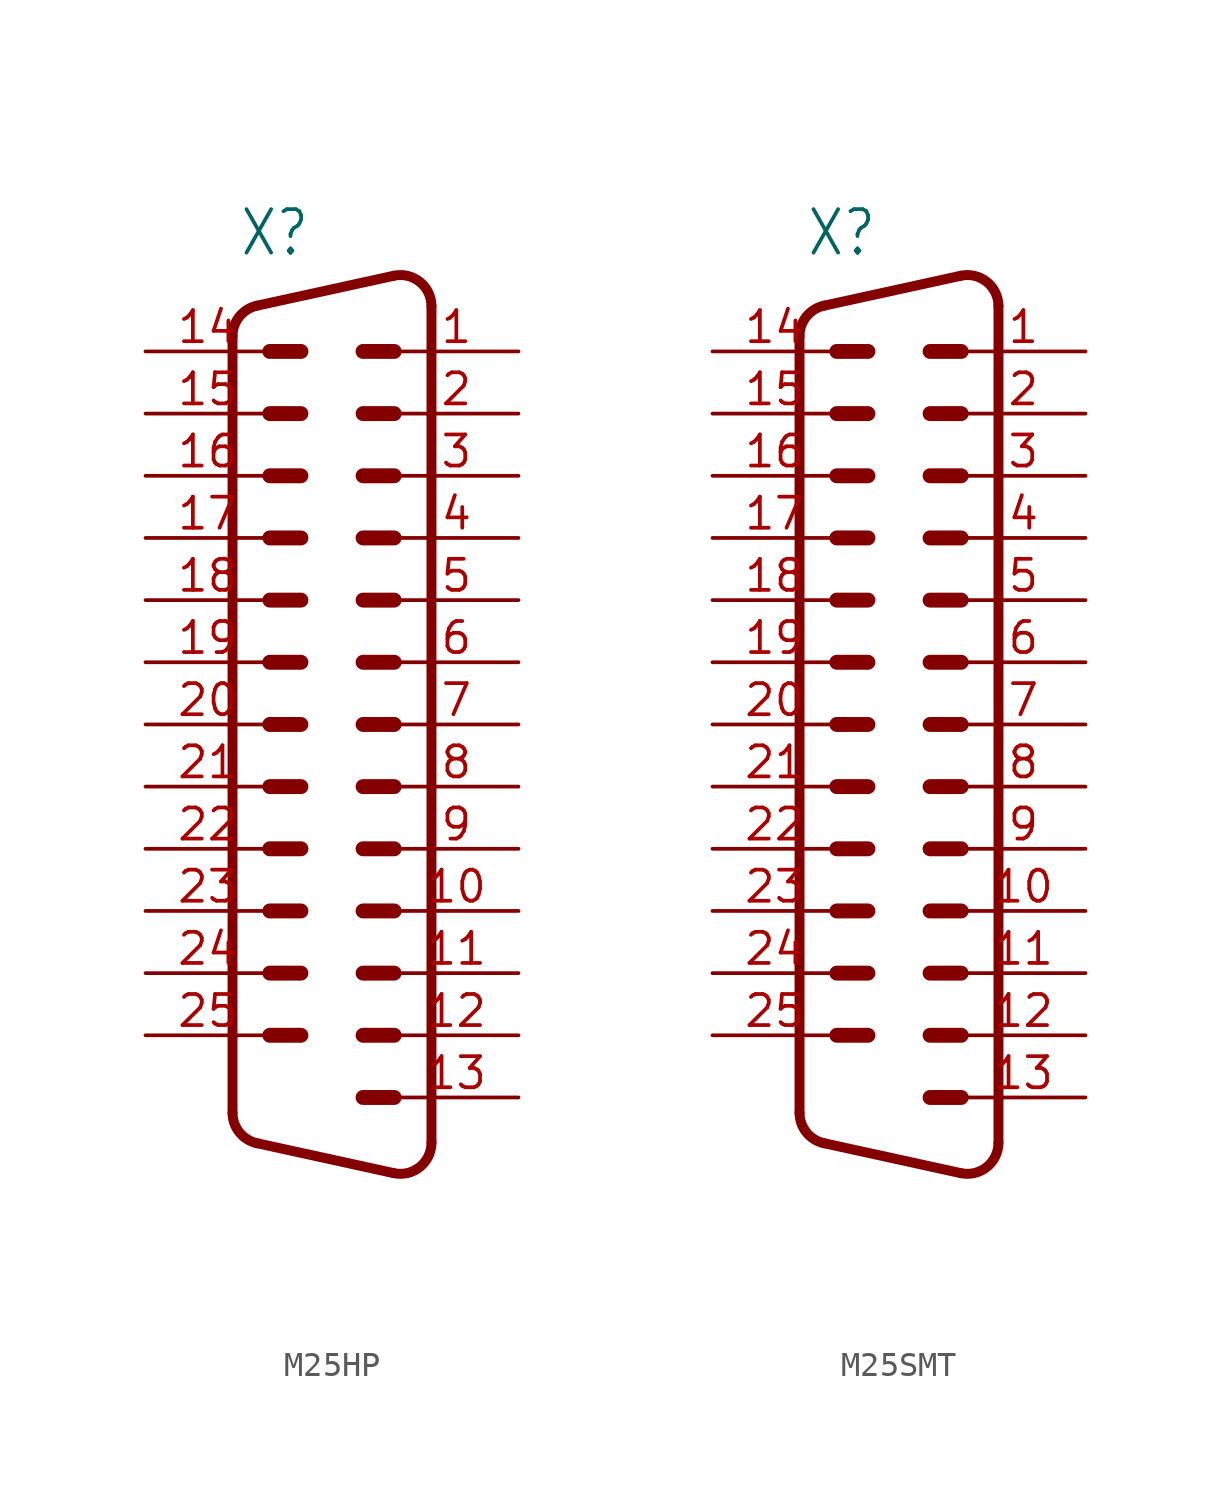
<source format=kicad_sym>
(kicad_symbol_lib
  (version 20220914)
  (generator kicad_symbol_editor)
  (symbol "M25HP"
    (property "Reference" "X"
      (at -3.81 16.51 0)
      (effects (font (size 1.778 1.511)) (justify left bottom)))
    (property "Value" ""
      (at -3.81 -23.495 0)
      (effects (font (size 1.778 1.511)) (justify left bottom)))
    (property "ki_locked" ""
      (at 0 0 0)
      (effects (font (size 1.27 1.27))))
    (symbol "M25HP_1_0"
      (arc (start -4.064 -18.4088) (mid -3.7833 -19.2051) (end -3.0653 -19.6495) (stroke (width 0.4064) (type solid)) (fill (type none)))
      (arc (start -3.0653 14.5695) (mid -3.7833 14.1251) (end -4.064 13.3288) (stroke (width 0.4064) (type solid)) (fill (type none)))
      (polyline (pts (xy -4.064 13.329) (xy -4.064 -18.409)) (stroke (width 0.406) (type solid)) (fill (type none)))
      (polyline (pts (xy -2.54 -15.24) (xy -1.27 -15.24)) (stroke (width 0.61) (type solid)) (fill (type none)))
      (polyline (pts (xy -2.54 -12.7) (xy -1.27 -12.7)) (stroke (width 0.61) (type solid)) (fill (type none)))
      (polyline (pts (xy -2.54 -10.16) (xy -1.27 -10.16)) (stroke (width 0.61) (type solid)) (fill (type none)))
      (polyline (pts (xy -2.54 -7.62) (xy -1.27 -7.62)) (stroke (width 0.61) (type solid)) (fill (type none)))
      (polyline (pts (xy -2.54 -5.08) (xy -1.27 -5.08)) (stroke (width 0.61) (type solid)) (fill (type none)))
      (polyline (pts (xy -2.54 -2.54) (xy -1.27 -2.54)) (stroke (width 0.61) (type solid)) (fill (type none)))
      (polyline (pts (xy -2.54 0) (xy -1.27 0)) (stroke (width 0.61) (type solid)) (fill (type none)))
      (polyline (pts (xy -2.54 2.54) (xy -1.27 2.54)) (stroke (width 0.61) (type solid)) (fill (type none)))
      (polyline (pts (xy -2.54 5.08) (xy -1.27 5.08)) (stroke (width 0.61) (type solid)) (fill (type none)))
      (polyline (pts (xy -2.54 7.62) (xy -1.27 7.62)) (stroke (width 0.61) (type solid)) (fill (type none)))
      (polyline (pts (xy -2.54 10.16) (xy -1.27 10.16)) (stroke (width 0.61) (type solid)) (fill (type none)))
      (polyline (pts (xy -2.54 12.7) (xy -1.27 12.7)) (stroke (width 0.61) (type solid)) (fill (type none)))
      (polyline (pts (xy 1.27 -17.78) (xy 2.54 -17.78)) (stroke (width 0.61) (type solid)) (fill (type none)))
      (polyline (pts (xy 1.27 -15.24) (xy 2.54 -15.24)) (stroke (width 0.61) (type solid)) (fill (type none)))
      (polyline (pts (xy 1.27 -12.7) (xy 2.54 -12.7)) (stroke (width 0.61) (type solid)) (fill (type none)))
      (polyline (pts (xy 1.27 -10.16) (xy 2.54 -10.16)) (stroke (width 0.61) (type solid)) (fill (type none)))
      (polyline (pts (xy 1.27 -7.62) (xy 2.54 -7.62)) (stroke (width 0.61) (type solid)) (fill (type none)))
      (polyline (pts (xy 1.27 -5.08) (xy 2.54 -5.08)) (stroke (width 0.61) (type solid)) (fill (type none)))
      (polyline (pts (xy 1.27 -2.54) (xy 2.54 -2.54)) (stroke (width 0.61) (type solid)) (fill (type none)))
      (polyline (pts (xy 1.27 0) (xy 2.54 0)) (stroke (width 0.61) (type solid)) (fill (type none)))
      (polyline (pts (xy 1.27 2.54) (xy 2.54 2.54)) (stroke (width 0.61) (type solid)) (fill (type none)))
      (polyline (pts (xy 1.27 5.08) (xy 2.54 5.08)) (stroke (width 0.61) (type solid)) (fill (type none)))
      (polyline (pts (xy 1.27 7.62) (xy 2.54 7.62)) (stroke (width 0.61) (type solid)) (fill (type none)))
      (polyline (pts (xy 1.27 10.16) (xy 2.54 10.16)) (stroke (width 0.61) (type solid)) (fill (type none)))
      (polyline (pts (xy 1.27 12.7) (xy 2.54 12.7)) (stroke (width 0.61) (type solid)) (fill (type none)))
      (polyline (pts (xy 2.523 -20.872) (xy -3.065 -19.649)) (stroke (width 0.406) (type solid)) (fill (type none)))
      (polyline (pts (xy 2.523 15.792) (xy -3.065 14.569)) (stroke (width 0.406) (type solid)) (fill (type none)))
      (polyline (pts (xy 4.064 14.551) (xy 4.064 -19.631)) (stroke (width 0.406) (type solid)) (fill (type none)))
      (arc (start 2.5226 -20.8718) (mid 3.5901 -20.6204) (end 4.0637 -19.6312) (stroke (width 0.4064) (type solid)) (fill (type none)))
      (arc (start 4.0639 14.5511) (mid 3.5903 15.5405) (end 2.5226 15.7919) (stroke (width 0.4064) (type solid)) (fill (type none)))
      (pin passive line (at 7.62 12.7 180) (length 5.08) (name "1" (effects (font (size 0 0)))) (number "1" (effects (font (size 1.27 1.27)))))
      (pin passive line (at 7.62 -10.16 180) (length 5.08) (name "10" (effects (font (size 0 0)))) (number "10" (effects (font (size 1.27 1.27)))))
      (pin passive line (at 7.62 -12.7 180) (length 5.08) (name "11" (effects (font (size 0 0)))) (number "11" (effects (font (size 1.27 1.27)))))
      (pin passive line (at 7.62 -15.24 180) (length 5.08) (name "12" (effects (font (size 0 0)))) (number "12" (effects (font (size 1.27 1.27)))))
      (pin passive line (at 7.62 -17.78 180) (length 5.08) (name "13" (effects (font (size 0 0)))) (number "13" (effects (font (size 1.27 1.27)))))
      (pin passive line (at -7.62 12.7 0) (length 5.08) (name "14" (effects (font (size 0 0)))) (number "14" (effects (font (size 1.27 1.27)))))
      (pin passive line (at -7.62 10.16 0) (length 5.08) (name "15" (effects (font (size 0 0)))) (number "15" (effects (font (size 1.27 1.27)))))
      (pin passive line (at -7.62 7.62 0) (length 5.08) (name "16" (effects (font (size 0 0)))) (number "16" (effects (font (size 1.27 1.27)))))
      (pin passive line (at -7.62 5.08 0) (length 5.08) (name "17" (effects (font (size 0 0)))) (number "17" (effects (font (size 1.27 1.27)))))
      (pin passive line (at -7.62 2.54 0) (length 5.08) (name "18" (effects (font (size 0 0)))) (number "18" (effects (font (size 1.27 1.27)))))
      (pin passive line (at -7.62 0 0) (length 5.08) (name "19" (effects (font (size 0 0)))) (number "19" (effects (font (size 1.27 1.27)))))
      (pin passive line (at 7.62 10.16 180) (length 5.08) (name "2" (effects (font (size 0 0)))) (number "2" (effects (font (size 1.27 1.27)))))
      (pin passive line (at -7.62 -2.54 0) (length 5.08) (name "20" (effects (font (size 0 0)))) (number "20" (effects (font (size 1.27 1.27)))))
      (pin passive line (at -7.62 -5.08 0) (length 5.08) (name "21" (effects (font (size 0 0)))) (number "21" (effects (font (size 1.27 1.27)))))
      (pin passive line (at -7.62 -7.62 0) (length 5.08) (name "22" (effects (font (size 0 0)))) (number "22" (effects (font (size 1.27 1.27)))))
      (pin passive line (at -7.62 -10.16 0) (length 5.08) (name "23" (effects (font (size 0 0)))) (number "23" (effects (font (size 1.27 1.27)))))
      (pin passive line (at -7.62 -12.7 0) (length 5.08) (name "24" (effects (font (size 0 0)))) (number "24" (effects (font (size 1.27 1.27)))))
      (pin passive line (at -7.62 -15.24 0) (length 5.08) (name "25" (effects (font (size 0 0)))) (number "25" (effects (font (size 1.27 1.27)))))
      (pin passive line (at 7.62 7.62 180) (length 5.08) (name "3" (effects (font (size 0 0)))) (number "3" (effects (font (size 1.27 1.27)))))
      (pin passive line (at 7.62 5.08 180) (length 5.08) (name "4" (effects (font (size 0 0)))) (number "4" (effects (font (size 1.27 1.27)))))
      (pin passive line (at 7.62 2.54 180) (length 5.08) (name "5" (effects (font (size 0 0)))) (number "5" (effects (font (size 1.27 1.27)))))
      (pin passive line (at 7.62 0 180) (length 5.08) (name "6" (effects (font (size 0 0)))) (number "6" (effects (font (size 1.27 1.27)))))
      (pin passive line (at 7.62 -2.54 180) (length 5.08) (name "7" (effects (font (size 0 0)))) (number "7" (effects (font (size 1.27 1.27)))))
      (pin passive line (at 7.62 -5.08 180) (length 5.08) (name "8" (effects (font (size 0 0)))) (number "8" (effects (font (size 1.27 1.27)))))
      (pin passive line (at 7.62 -7.62 180) (length 5.08) (name "9" (effects (font (size 0 0)))) (number "9" (effects (font (size 1.27 1.27)))))))
  (symbol "M25SMT"
    (property "Reference" "X"
      (at -3.81 16.51 0)
      (effects (font (size 1.778 1.511)) (justify left bottom)))
    (property "Value" ""
      (at -3.81 -23.495 0)
      (effects (font (size 1.778 1.511)) (justify left bottom)))
    (property "ki_locked" ""
      (at 0 0 0)
      (effects (font (size 1.27 1.27))))
    (symbol "M25SMT_1_0"
      (arc (start -4.064 -18.4088) (mid -3.7833 -19.2051) (end -3.0653 -19.6495) (stroke (width 0.4064) (type solid)) (fill (type none)))
      (arc (start -3.0653 14.5695) (mid -3.7833 14.1251) (end -4.064 13.3288) (stroke (width 0.4064) (type solid)) (fill (type none)))
      (polyline (pts (xy -4.064 13.329) (xy -4.064 -18.409)) (stroke (width 0.406) (type solid)) (fill (type none)))
      (polyline (pts (xy -2.54 -15.24) (xy -1.27 -15.24)) (stroke (width 0.61) (type solid)) (fill (type none)))
      (polyline (pts (xy -2.54 -12.7) (xy -1.27 -12.7)) (stroke (width 0.61) (type solid)) (fill (type none)))
      (polyline (pts (xy -2.54 -10.16) (xy -1.27 -10.16)) (stroke (width 0.61) (type solid)) (fill (type none)))
      (polyline (pts (xy -2.54 -7.62) (xy -1.27 -7.62)) (stroke (width 0.61) (type solid)) (fill (type none)))
      (polyline (pts (xy -2.54 -5.08) (xy -1.27 -5.08)) (stroke (width 0.61) (type solid)) (fill (type none)))
      (polyline (pts (xy -2.54 -2.54) (xy -1.27 -2.54)) (stroke (width 0.61) (type solid)) (fill (type none)))
      (polyline (pts (xy -2.54 0) (xy -1.27 0)) (stroke (width 0.61) (type solid)) (fill (type none)))
      (polyline (pts (xy -2.54 2.54) (xy -1.27 2.54)) (stroke (width 0.61) (type solid)) (fill (type none)))
      (polyline (pts (xy -2.54 5.08) (xy -1.27 5.08)) (stroke (width 0.61) (type solid)) (fill (type none)))
      (polyline (pts (xy -2.54 7.62) (xy -1.27 7.62)) (stroke (width 0.61) (type solid)) (fill (type none)))
      (polyline (pts (xy -2.54 10.16) (xy -1.27 10.16)) (stroke (width 0.61) (type solid)) (fill (type none)))
      (polyline (pts (xy -2.54 12.7) (xy -1.27 12.7)) (stroke (width 0.61) (type solid)) (fill (type none)))
      (polyline (pts (xy 1.27 -17.78) (xy 2.54 -17.78)) (stroke (width 0.61) (type solid)) (fill (type none)))
      (polyline (pts (xy 1.27 -15.24) (xy 2.54 -15.24)) (stroke (width 0.61) (type solid)) (fill (type none)))
      (polyline (pts (xy 1.27 -12.7) (xy 2.54 -12.7)) (stroke (width 0.61) (type solid)) (fill (type none)))
      (polyline (pts (xy 1.27 -10.16) (xy 2.54 -10.16)) (stroke (width 0.61) (type solid)) (fill (type none)))
      (polyline (pts (xy 1.27 -7.62) (xy 2.54 -7.62)) (stroke (width 0.61) (type solid)) (fill (type none)))
      (polyline (pts (xy 1.27 -5.08) (xy 2.54 -5.08)) (stroke (width 0.61) (type solid)) (fill (type none)))
      (polyline (pts (xy 1.27 -2.54) (xy 2.54 -2.54)) (stroke (width 0.61) (type solid)) (fill (type none)))
      (polyline (pts (xy 1.27 0) (xy 2.54 0)) (stroke (width 0.61) (type solid)) (fill (type none)))
      (polyline (pts (xy 1.27 2.54) (xy 2.54 2.54)) (stroke (width 0.61) (type solid)) (fill (type none)))
      (polyline (pts (xy 1.27 5.08) (xy 2.54 5.08)) (stroke (width 0.61) (type solid)) (fill (type none)))
      (polyline (pts (xy 1.27 7.62) (xy 2.54 7.62)) (stroke (width 0.61) (type solid)) (fill (type none)))
      (polyline (pts (xy 1.27 10.16) (xy 2.54 10.16)) (stroke (width 0.61) (type solid)) (fill (type none)))
      (polyline (pts (xy 1.27 12.7) (xy 2.54 12.7)) (stroke (width 0.61) (type solid)) (fill (type none)))
      (polyline (pts (xy 2.523 -20.872) (xy -3.065 -19.649)) (stroke (width 0.406) (type solid)) (fill (type none)))
      (polyline (pts (xy 2.523 15.792) (xy -3.065 14.569)) (stroke (width 0.406) (type solid)) (fill (type none)))
      (polyline (pts (xy 4.064 14.551) (xy 4.064 -19.631)) (stroke (width 0.406) (type solid)) (fill (type none)))
      (arc (start 2.5226 -20.8718) (mid 3.5901 -20.6204) (end 4.0637 -19.6312) (stroke (width 0.4064) (type solid)) (fill (type none)))
      (arc (start 4.0639 14.5511) (mid 3.5903 15.5405) (end 2.5226 15.7919) (stroke (width 0.4064) (type solid)) (fill (type none)))
      (pin passive line (at 7.62 12.7 180) (length 5.08) (name "1" (effects (font (size 0 0)))) (number "1" (effects (font (size 1.27 1.27)))))
      (pin passive line (at 7.62 -10.16 180) (length 5.08) (name "10" (effects (font (size 0 0)))) (number "10" (effects (font (size 1.27 1.27)))))
      (pin passive line (at 7.62 -12.7 180) (length 5.08) (name "11" (effects (font (size 0 0)))) (number "11" (effects (font (size 1.27 1.27)))))
      (pin passive line (at 7.62 -15.24 180) (length 5.08) (name "12" (effects (font (size 0 0)))) (number "12" (effects (font (size 1.27 1.27)))))
      (pin passive line (at 7.62 -17.78 180) (length 5.08) (name "13" (effects (font (size 0 0)))) (number "13" (effects (font (size 1.27 1.27)))))
      (pin passive line (at -7.62 12.7 0) (length 5.08) (name "14" (effects (font (size 0 0)))) (number "14" (effects (font (size 1.27 1.27)))))
      (pin passive line (at -7.62 10.16 0) (length 5.08) (name "15" (effects (font (size 0 0)))) (number "15" (effects (font (size 1.27 1.27)))))
      (pin passive line (at -7.62 7.62 0) (length 5.08) (name "16" (effects (font (size 0 0)))) (number "16" (effects (font (size 1.27 1.27)))))
      (pin passive line (at -7.62 5.08 0) (length 5.08) (name "17" (effects (font (size 0 0)))) (number "17" (effects (font (size 1.27 1.27)))))
      (pin passive line (at -7.62 2.54 0) (length 5.08) (name "18" (effects (font (size 0 0)))) (number "18" (effects (font (size 1.27 1.27)))))
      (pin passive line (at -7.62 0 0) (length 5.08) (name "19" (effects (font (size 0 0)))) (number "19" (effects (font (size 1.27 1.27)))))
      (pin passive line (at 7.62 10.16 180) (length 5.08) (name "2" (effects (font (size 0 0)))) (number "2" (effects (font (size 1.27 1.27)))))
      (pin passive line (at -7.62 -2.54 0) (length 5.08) (name "20" (effects (font (size 0 0)))) (number "20" (effects (font (size 1.27 1.27)))))
      (pin passive line (at -7.62 -5.08 0) (length 5.08) (name "21" (effects (font (size 0 0)))) (number "21" (effects (font (size 1.27 1.27)))))
      (pin passive line (at -7.62 -7.62 0) (length 5.08) (name "22" (effects (font (size 0 0)))) (number "22" (effects (font (size 1.27 1.27)))))
      (pin passive line (at -7.62 -10.16 0) (length 5.08) (name "23" (effects (font (size 0 0)))) (number "23" (effects (font (size 1.27 1.27)))))
      (pin passive line (at -7.62 -12.7 0) (length 5.08) (name "24" (effects (font (size 0 0)))) (number "24" (effects (font (size 1.27 1.27)))))
      (pin passive line (at -7.62 -15.24 0) (length 5.08) (name "25" (effects (font (size 0 0)))) (number "25" (effects (font (size 1.27 1.27)))))
      (pin passive line (at 7.62 7.62 180) (length 5.08) (name "3" (effects (font (size 0 0)))) (number "3" (effects (font (size 1.27 1.27)))))
      (pin passive line (at 7.62 5.08 180) (length 5.08) (name "4" (effects (font (size 0 0)))) (number "4" (effects (font (size 1.27 1.27)))))
      (pin passive line (at 7.62 2.54 180) (length 5.08) (name "5" (effects (font (size 0 0)))) (number "5" (effects (font (size 1.27 1.27)))))
      (pin passive line (at 7.62 0 180) (length 5.08) (name "6" (effects (font (size 0 0)))) (number "6" (effects (font (size 1.27 1.27)))))
      (pin passive line (at 7.62 -2.54 180) (length 5.08) (name "7" (effects (font (size 0 0)))) (number "7" (effects (font (size 1.27 1.27)))))
      (pin passive line (at 7.62 -5.08 180) (length 5.08) (name "8" (effects (font (size 0 0)))) (number "8" (effects (font (size 1.27 1.27)))))
      (pin passive line (at 7.62 -7.62 180) (length 5.08) (name "9" (effects (font (size 0 0)))) (number "9" (effects (font (size 1.27 1.27))))))))
</source>
